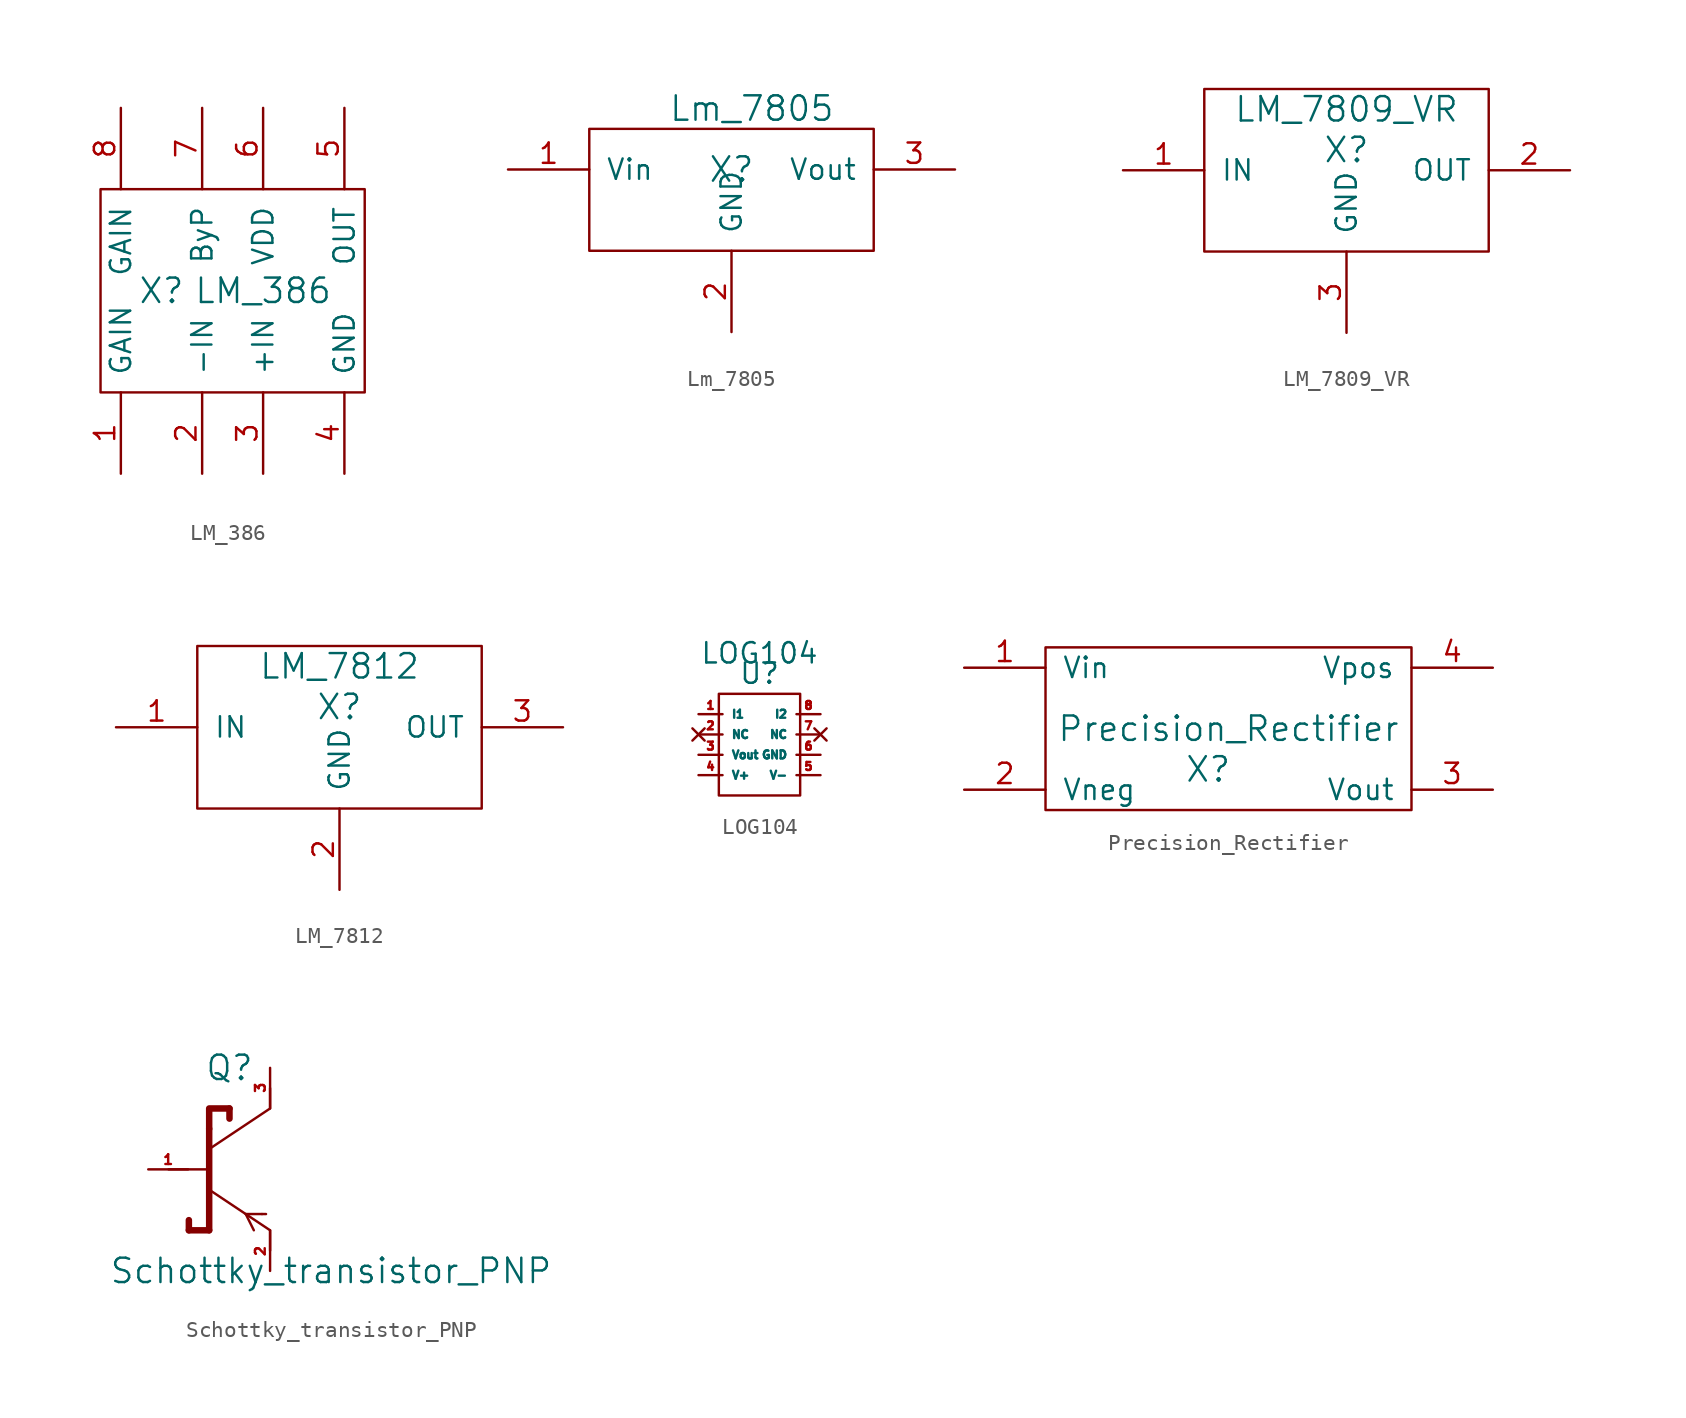
<source format=kicad_sym>
(kicad_symbol_lib
  (version 20211014)
  (generator kicad_symbol_editor)
  (symbol "LM_386"
    (pin_names
      (offset 1.016))
    (property "Reference" "X"
      (at -2.54 2.54 0)
      (effects (font (size 1.524 1.524))))
    (property "Value" "LM_386"
      (at 3.81 2.54 0)
      (effects (font (size 1.524 1.524))))
    (symbol "LM_386_0_1"
      (rectangle (start -6.35 8.89) (end 10.16 -3.81) (stroke (width 0) (type default) (color 0 0 0 0)) (fill (type none))))
    (symbol "LM_386_1_1"
      (pin input line (at -5.08 -8.89 90) (length 5.08) (name "GAIN" (effects (font (size 1.27 1.27)))) (number "1" (effects (font (size 1.27 1.27)))))
      (pin input line (at 0 -8.89 90) (length 5.08) (name "-IN" (effects (font (size 1.27 1.27)))) (number "2" (effects (font (size 1.27 1.27)))))
      (pin input line (at 3.81 -8.89 90) (length 5.08) (name "+IN" (effects (font (size 1.27 1.27)))) (number "3" (effects (font (size 1.27 1.27)))))
      (pin input line (at 8.89 -8.89 90) (length 5.08) (name "GND" (effects (font (size 1.27 1.27)))) (number "4" (effects (font (size 1.27 1.27)))))
      (pin output line (at 8.89 13.97 270) (length 5.08) (name "OUT" (effects (font (size 1.27 1.27)))) (number "5" (effects (font (size 1.27 1.27)))))
      (pin input line (at 3.81 13.97 270) (length 5.08) (name "VDD" (effects (font (size 1.27 1.27)))) (number "6" (effects (font (size 1.27 1.27)))))
      (pin input line (at 0 13.97 270) (length 5.08) (name "ByP" (effects (font (size 1.27 1.27)))) (number "7" (effects (font (size 1.27 1.27)))))
      (pin input line (at -5.08 13.97 270) (length 5.08) (name "GAIN" (effects (font (size 1.27 1.27)))) (number "8" (effects (font (size 1.27 1.27)))))))
  (symbol "Lm_7805"
    (pin_names
      (offset 1.016))
    (property "Reference" "X"
      (at 0 0 0)
      (effects (font (size 1.524 1.524))))
    (property "Value" "Lm_7805"
      (at 1.27 3.81 0)
      (effects (font (size 1.524 1.524))))
    (symbol "Lm_7805_0_1"
      (rectangle (start -8.89 2.54) (end 8.89 -5.08) (stroke (width 0) (type default) (color 0 0 0 0)) (fill (type none))))
    (symbol "Lm_7805_1_1"
      (pin passive line (at -13.97 0 0) (length 5.08) (name "Vin" (effects (font (size 1.27 1.27)))) (number "1" (effects (font (size 1.27 1.27)))))
      (pin passive line (at 0 -10.16 90) (length 5.08) (name "GND" (effects (font (size 1.27 1.27)))) (number "2" (effects (font (size 1.27 1.27)))))
      (pin passive line (at 13.97 0 180) (length 5.08) (name "Vout" (effects (font (size 1.27 1.27)))) (number "3" (effects (font (size 1.27 1.27)))))))
  (symbol "LM_7809_VR"
    (pin_names
      (offset 1.016))
    (property "Reference" "X"
      (at 0 1.27 0)
      (effects (font (size 1.524 1.524))))
    (property "Value" "LM_7809_VR"
      (at 0 3.81 0)
      (effects (font (size 1.524 1.524))))
    (symbol "LM_7809_VR_0_1"
      (rectangle (start -8.89 5.08) (end 8.89 -5.08) (stroke (width 0) (type default) (color 0 0 0 0)) (fill (type none))))
    (symbol "LM_7809_VR_1_1"
      (pin input line (at -13.97 0 0) (length 5.08) (name "IN" (effects (font (size 1.27 1.27)))) (number "1" (effects (font (size 1.27 1.27)))))
      (pin output line (at 13.97 0 180) (length 5.08) (name "OUT" (effects (font (size 1.27 1.27)))) (number "2" (effects (font (size 1.27 1.27)))))
      (pin input line (at 0 -10.16 90) (length 5.08) (name "GND" (effects (font (size 1.27 1.27)))) (number "3" (effects (font (size 1.27 1.27)))))))
  (symbol "LM_7812"
    (pin_names
      (offset 1.016))
    (property "Reference" "X"
      (at 0 1.27 0)
      (effects (font (size 1.524 1.524))))
    (property "Value" "LM_7812"
      (at 0 3.81 0)
      (effects (font (size 1.524 1.524))))
    (symbol "LM_7812_0_1"
      (rectangle (start -8.89 5.08) (end 8.89 -5.08) (stroke (width 0) (type default) (color 0 0 0 0)) (fill (type none))))
    (symbol "LM_7812_1_1"
      (pin input line (at -13.97 0 0) (length 5.08) (name "IN" (effects (font (size 1.27 1.27)))) (number "1" (effects (font (size 1.27 1.27)))))
      (pin input line (at 0 -10.16 90) (length 5.08) (name "GND" (effects (font (size 1.27 1.27)))) (number "2" (effects (font (size 1.27 1.27)))))
      (pin output line (at 13.97 0 180) (length 5.08) (name "OUT" (effects (font (size 1.27 1.27)))) (number "3" (effects (font (size 1.27 1.27)))))))
  (symbol "LOG104"
    (property "Reference" "U"
      (at 0 1.27 0)
      (effects (font (size 1.27 1.27))))
    (property "Value" "LOG104"
      (at 0 2.54 0)
      (effects (font (size 1.27 1.27))))
    (symbol "LOG104_0_1"
      (rectangle (start -2.54 0) (end 2.54 -6.35) (stroke (width 0) (type default) (color 0 0 0 0)) (fill (type none))))
    (symbol "LOG104_1_1"
      (pin input line (at -3.81 -1.27 0) (length 1.5) (name "I1" (effects (font (size 0.5 0.5)))) (number "1" (effects (font (size 0.5 0.5)))))
      (pin no_connect line (at -3.81 -2.54 0) (length 1.5) (name "NC" (effects (font (size 0.5 0.5)))) (number "2" (effects (font (size 0.5 0.5)))))
      (pin output line (at -3.81 -3.81 0) (length 1.5) (name "Vout" (effects (font (size 0.5 0.5)))) (number "3" (effects (font (size 0.5 0.5)))))
      (pin passive line (at -3.81 -5.08 0) (length 1.5) (name "V+" (effects (font (size 0.5 0.5)))) (number "4" (effects (font (size 0.5 0.5)))))
      (pin input line (at 3.81 -5.08 180) (length 1.5) (name "V-" (effects (font (size 0.5 0.5)))) (number "5" (effects (font (size 0.5 0.5)))))
      (pin passive line (at 3.81 -3.81 180) (length 1.5) (name "GND" (effects (font (size 0.5 0.5)))) (number "6" (effects (font (size 0.5 0.5)))))
      (pin no_connect line (at 3.81 -2.54 180) (length 1.5) (name "NC" (effects (font (size 0.5 0.5)))) (number "7" (effects (font (size 0.5 0.5)))))
      (pin input line (at 3.81 -1.27 180) (length 1.5) (name "I2" (effects (font (size 0.5 0.5)))) (number "8" (effects (font (size 0.5 0.5)))))))
  (symbol "Precision_Rectifier"
    (pin_names
      (offset 1.016))
    (property "Reference" "X"
      (at 0 -2.54 0)
      (effects (font (size 1.524 1.524))))
    (property "Value" "Precision_Rectifier"
      (at 1.27 0 0)
      (effects (font (size 1.524 1.524))))
    (symbol "Precision_Rectifier_0_1"
      (rectangle (start -10.16 5.08) (end 12.7 -5.08) (stroke (width 0) (type default) (color 0 0 0 0)) (fill (type none))))
    (symbol "Precision_Rectifier_1_1"
      (pin input line (at -15.24 3.81 0) (length 5.08) (name "Vin" (effects (font (size 1.27 1.27)))) (number "1" (effects (font (size 1.27 1.27)))))
      (pin input line (at -15.24 -3.81 0) (length 5.08) (name "Vneg" (effects (font (size 1.27 1.27)))) (number "2" (effects (font (size 1.27 1.27)))))
      (pin output line (at 17.78 -3.81 180) (length 5.08) (name "Vout" (effects (font (size 1.27 1.27)))) (number "3" (effects (font (size 1.27 1.27)))))
      (pin input line (at 17.78 3.81 180) (length 5.08) (name "Vpos" (effects (font (size 1.27 1.27)))) (number "4" (effects (font (size 1.27 1.27)))))))
  (symbol "Schottky_transistor_PNP"
    (pin_names
      (offset 1.016))
    (property "Reference" "Q"
      (at -1.27 6.35 0)
      (effects (font (size 1.524 1.524))))
    (property "Value" "Schottky_transistor_PNP"
      (at 5.08 -6.35 0)
      (effects (font (size 1.524 1.524))))
    (symbol "Schottky_transistor_PNP_0_1"
      (polyline (pts (xy -3.81 -3.81) (xy -3.81 -3.175)) (stroke (width 0.406) (type default) (color 0 0 0 0)) (fill (type none)))
      (polyline (pts (xy -2.54 -3.81) (xy -3.81 -3.81)) (stroke (width 0.406) (type default) (color 0 0 0 0)) (fill (type none)))
      (polyline (pts (xy -2.54 -1.27) (xy 1.27 -3.81)) (stroke (width 0) (type default) (color 0 0 0 0)) (fill (type none)))
      (polyline (pts (xy -2.54 0) (xy -5.08 0)) (stroke (width 0) (type default) (color 0 0 0 0)) (fill (type none)))
      (polyline (pts (xy -2.54 1.27) (xy -2.54 -2.54)) (stroke (width 0.051) (type default) (color 0 0 0 0)) (fill (type none)))
      (polyline (pts (xy -2.54 1.27) (xy -2.54 2.54)) (stroke (width 0) (type default) (color 0 0 0 0)) (fill (type none)))
      (polyline (pts (xy -2.54 1.27) (xy 1.27 3.81)) (stroke (width 0) (type default) (color 0 0 0 0)) (fill (type none)))
      (polyline (pts (xy -2.54 2.54) (xy -2.54 -3.81)) (stroke (width 0.406) (type default) (color 0 0 0 0)) (fill (type none)))
      (polyline (pts (xy -1.27 3.81) (xy -1.27 3.175)) (stroke (width 0.406) (type default) (color 0 0 0 0)) (fill (type none)))
      (polyline (pts (xy -0.254 -2.794) (xy 0.254 -3.81)) (stroke (width 0) (type default) (color 0 0 0 0)) (fill (type none)))
      (polyline (pts (xy -0.254 -2.794) (xy 0.762 -2.794)) (stroke (width 0) (type default) (color 0 0 0 0)) (fill (type none)))
      (polyline (pts (xy 1.016 -2.794) (xy 0.762 -2.794)) (stroke (width 0) (type default) (color 0 0 0 0)) (fill (type none)))
      (polyline (pts (xy 1.27 -5.08) (xy 1.27 -3.81)) (stroke (width 0) (type default) (color 0 0 0 0)) (fill (type none)))
      (polyline (pts (xy 1.27 3.81) (xy 1.27 5.08)) (stroke (width 0) (type default) (color 0 0 0 0)) (fill (type none)))
      (polyline (pts (xy -2.54 2.54) (xy -2.54 3.81) (xy -1.27 3.81)) (stroke (width 0.406) (type default) (color 0 0 0 0)) (fill (type none))))
    (symbol "Schottky_transistor_PNP_1_1"
      (pin input line (at -6.35 0 0) (length 2.489) (name "~" (effects (font (size 0.61 0.61)))) (number "1" (effects (font (size 0.61 0.61)))))
      (pin input line (at 1.27 -6.35 90) (length 2.489) (name "~" (effects (font (size 0.61 0.61)))) (number "2" (effects (font (size 0.61 0.61)))))
      (pin input line (at 1.27 6.35 270) (length 2.489) (name "~" (effects (font (size 0.61 0.61)))) (number "3" (effects (font (size 0.61 0.61))))))))
</source>
